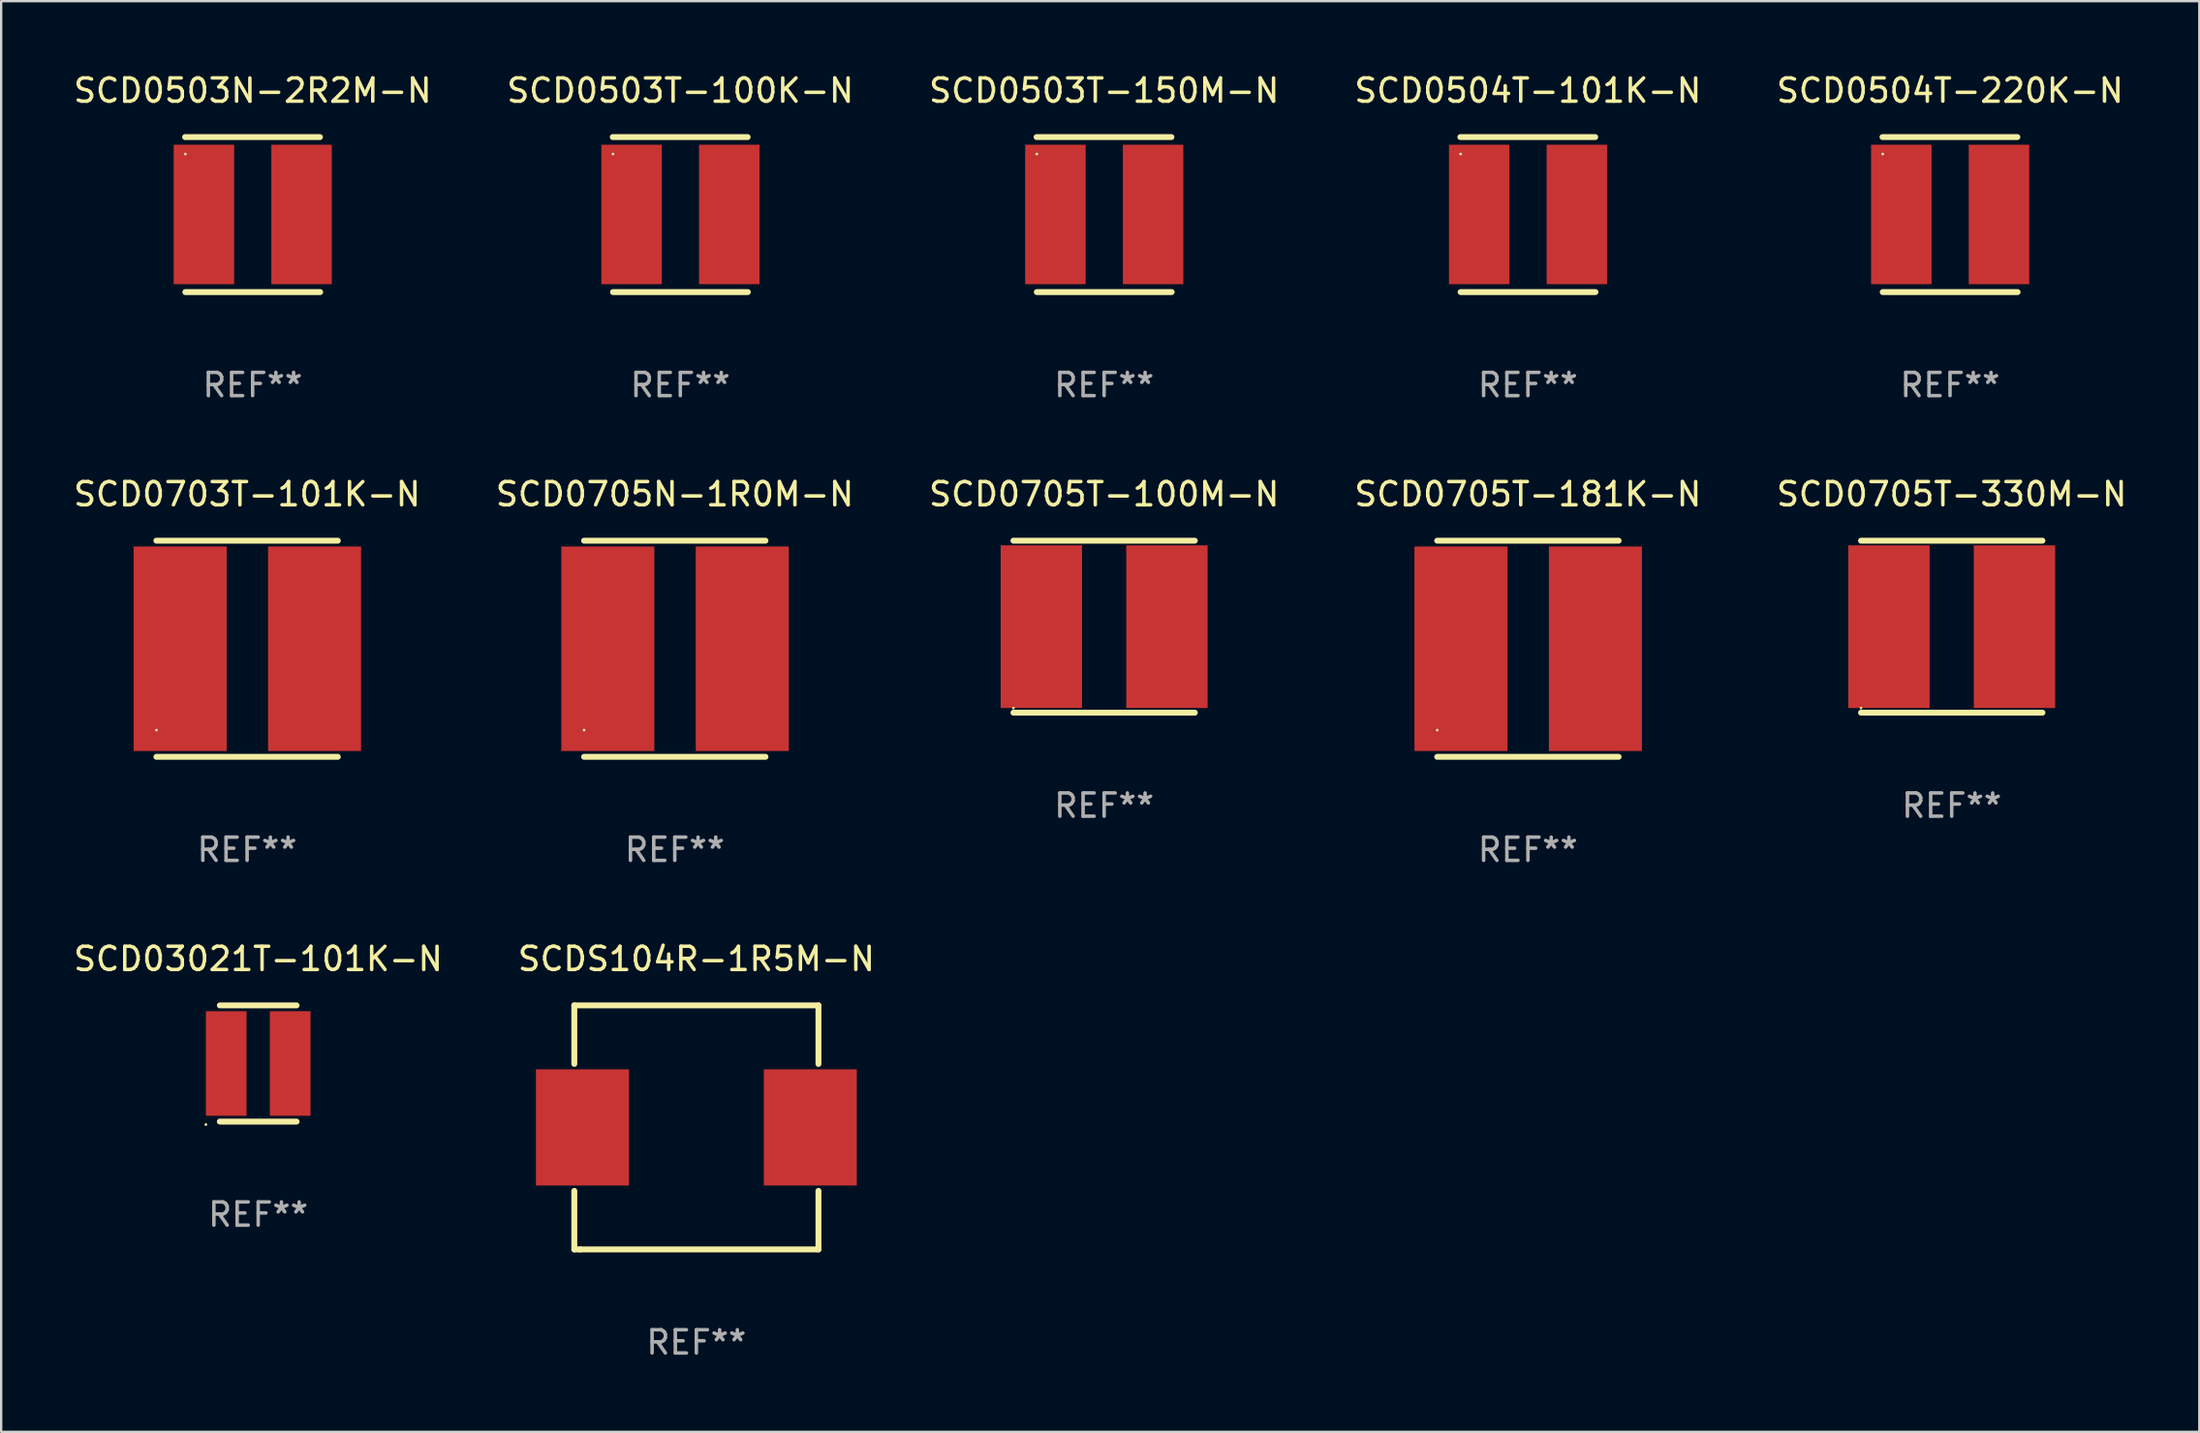
<source format=kicad_pcb>
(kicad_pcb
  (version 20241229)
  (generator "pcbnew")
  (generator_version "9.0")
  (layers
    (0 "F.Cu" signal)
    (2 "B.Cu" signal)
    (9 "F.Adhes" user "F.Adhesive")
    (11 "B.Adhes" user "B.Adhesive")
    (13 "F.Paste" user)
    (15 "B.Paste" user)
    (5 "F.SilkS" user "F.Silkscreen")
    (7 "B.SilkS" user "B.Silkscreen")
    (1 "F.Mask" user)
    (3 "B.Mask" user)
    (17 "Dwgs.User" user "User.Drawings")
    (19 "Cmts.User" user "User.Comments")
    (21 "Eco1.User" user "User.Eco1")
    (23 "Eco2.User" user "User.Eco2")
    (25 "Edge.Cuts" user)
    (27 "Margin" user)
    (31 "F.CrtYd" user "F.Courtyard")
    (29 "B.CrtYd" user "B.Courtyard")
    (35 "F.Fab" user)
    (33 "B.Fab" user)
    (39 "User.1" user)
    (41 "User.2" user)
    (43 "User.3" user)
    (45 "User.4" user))
  (footprint "SCD0705T-181K-N"
    (layer "F.Cu")
    (at 62.661 24.865)
    (property "Reference" "SCD0705T-181K-N" (at 0 -6.65 0) (layer "F.SilkS") (effects (font (size 1 1) (thickness 0.15))))
    (attr through_hole)
    (fp_line (start -3.9 -4.65) (end 3.9 -4.65) (stroke (width 0.254) (type solid)) (layer "F.SilkS"))
    (fp_line (start -3.9 4.65) (end 3.9 4.65) (stroke (width 0.254) (type solid)) (layer "F.SilkS"))
    (fp_circle (center -3.9 3.5) (end -3.87 3.5) (stroke (width 0.06) (type solid)) (fill no) (layer "F.SilkS"))
    (fp_text user "REF**" (at 0 8.65 0) (layer "F.Fab") (effects (font (size 1 1) (thickness 0.15))))
    (pad "1" smd rect (at -2.879 0) (size 4 8.8) (layers "F.Cu" "F.Mask" "F.Paste"))
    (pad "2" smd rect (at 2.902 0) (size 4 8.8) (layers "F.Cu" "F.Mask" "F.Paste")))
  (footprint "SCD0503T-100K-N"
    (layer "F.Cu")
    (at 26.208 6.183)
    (property "Reference" "SCD0503T-100K-N" (at 0 -5.335 0) (layer "F.SilkS") (effects (font (size 1 1) (thickness 0.15))))
    (attr through_hole)
    (fp_line (start -2.905 -3.335) (end 2.895 -3.335) (stroke (width 0.254) (type solid)) (layer "F.SilkS"))
    (fp_line (start 2.905 3.335) (end -2.895 3.335) (stroke (width 0.254) (type solid)) (layer "F.SilkS"))
    (fp_circle (center -2.895 -2.605) (end -2.865 -2.605) (stroke (width 0.06) (type solid)) (fill no) (layer "F.SilkS"))
    (fp_text user "REF**" (at 0 7.335 0) (layer "F.Fab") (effects (font (size 1 1) (thickness 0.15))))
    (pad "1" smd rect (at -2.095 -0.005 90) (size 6 2.6) (layers "F.Cu" "F.Mask" "F.Paste"))
    (pad "2" smd rect (at 2.105 -0.005 90) (size 6 2.6) (layers "F.Cu" "F.Mask" "F.Paste")))
  (footprint "SCD0504T-220K-N"
    (layer "F.Cu")
    (at 80.815 6.183)
    (property "Reference" "SCD0504T-220K-N" (at 0 -5.335 0) (layer "F.SilkS") (effects (font (size 1 1) (thickness 0.15))))
    (attr through_hole)
    (fp_line (start -2.905 -3.335) (end 2.895 -3.335) (stroke (width 0.254) (type solid)) (layer "F.SilkS"))
    (fp_line (start 2.905 3.335) (end -2.895 3.335) (stroke (width 0.254) (type solid)) (layer "F.SilkS"))
    (fp_circle (center -2.895 -2.605) (end -2.865 -2.605) (stroke (width 0.06) (type solid)) (fill no) (layer "F.SilkS"))
    (fp_text user "REF**" (at 0 7.335 0) (layer "F.Fab") (effects (font (size 1 1) (thickness 0.15))))
    (pad "1" smd rect (at -2.095 -0.005 90) (size 6 2.6) (layers "F.Cu" "F.Mask" "F.Paste"))
    (pad "2" smd rect (at 2.105 -0.005 90) (size 6 2.6) (layers "F.Cu" "F.Mask" "F.Paste")))
  (footprint "SCD0705N-1R0M-N"
    (layer "F.Cu")
    (at 25.97 24.865)
    (property "Reference" "SCD0705N-1R0M-N" (at 0 -6.65 0) (layer "F.SilkS") (effects (font (size 1 1) (thickness 0.15))))
    (attr through_hole)
    (fp_line (start -3.9 -4.65) (end 3.9 -4.65) (stroke (width 0.254) (type solid)) (layer "F.SilkS"))
    (fp_line (start -3.9 4.65) (end 3.9 4.65) (stroke (width 0.254) (type solid)) (layer "F.SilkS"))
    (fp_circle (center -3.9 3.5) (end -3.87 3.5) (stroke (width 0.06) (type solid)) (fill no) (layer "F.SilkS"))
    (fp_text user "REF**" (at 0 8.65 0) (layer "F.Fab") (effects (font (size 1 1) (thickness 0.15))))
    (pad "1" smd rect (at -2.879 0) (size 4 8.8) (layers "F.Cu" "F.Mask" "F.Paste"))
    (pad "2" smd rect (at 2.902 0) (size 4 8.8) (layers "F.Cu" "F.Mask" "F.Paste")))
  (footprint "SCD0503T-150M-N"
    (layer "F.Cu")
    (at 44.435 6.183)
    (property "Reference" "SCD0503T-150M-N" (at 0 -5.335 0) (layer "F.SilkS") (effects (font (size 1 1) (thickness 0.15))))
    (attr through_hole)
    (fp_line (start -2.905 -3.335) (end 2.895 -3.335) (stroke (width 0.254) (type solid)) (layer "F.SilkS"))
    (fp_line (start 2.905 3.335) (end -2.895 3.335) (stroke (width 0.254) (type solid)) (layer "F.SilkS"))
    (fp_circle (center -2.895 -2.605) (end -2.865 -2.605) (stroke (width 0.06) (type solid)) (fill no) (layer "F.SilkS"))
    (fp_text user "REF**" (at 0 7.335 0) (layer "F.Fab") (effects (font (size 1 1) (thickness 0.15))))
    (pad "1" smd rect (at -2.095 -0.005 90) (size 6 2.6) (layers "F.Cu" "F.Mask" "F.Paste"))
    (pad "2" smd rect (at 2.105 -0.005 90) (size 6 2.6) (layers "F.Cu" "F.Mask" "F.Paste")))
  (footprint "SCD0504T-101K-N"
    (layer "F.Cu")
    (at 62.661 6.183)
    (property "Reference" "SCD0504T-101K-N" (at 0 -5.335 0) (layer "F.SilkS") (effects (font (size 1 1) (thickness 0.15))))
    (attr through_hole)
    (fp_line (start -2.905 -3.335) (end 2.895 -3.335) (stroke (width 0.254) (type solid)) (layer "F.SilkS"))
    (fp_line (start 2.905 3.335) (end -2.895 3.335) (stroke (width 0.254) (type solid)) (layer "F.SilkS"))
    (fp_circle (center -2.895 -2.605) (end -2.865 -2.605) (stroke (width 0.06) (type solid)) (fill no) (layer "F.SilkS"))
    (fp_text user "REF**" (at 0 7.335 0) (layer "F.Fab") (effects (font (size 1 1) (thickness 0.15))))
    (pad "1" smd rect (at -2.095 -0.005 90) (size 6 2.6) (layers "F.Cu" "F.Mask" "F.Paste"))
    (pad "2" smd rect (at 2.105 -0.005 90) (size 6 2.6) (layers "F.Cu" "F.Mask" "F.Paste")))
  (footprint "SCD0503N-2R2M-N"
    (layer "F.Cu")
    (at 7.815 6.183)
    (property "Reference" "SCD0503N-2R2M-N" (at 0 -5.335 0) (layer "F.SilkS") (effects (font (size 1 1) (thickness 0.15))))
    (attr through_hole)
    (fp_line (start -2.905 -3.335) (end 2.895 -3.335) (stroke (width 0.254) (type solid)) (layer "F.SilkS"))
    (fp_line (start 2.905 3.335) (end -2.895 3.335) (stroke (width 0.254) (type solid)) (layer "F.SilkS"))
    (fp_circle (center -2.895 -2.605) (end -2.865 -2.605) (stroke (width 0.06) (type solid)) (fill no) (layer "F.SilkS"))
    (fp_text user "REF**" (at 0 7.335 0) (layer "F.Fab") (effects (font (size 1 1) (thickness 0.15))))
    (pad "1" smd rect (at -2.095 -0.005 90) (size 6 2.6) (layers "F.Cu" "F.Mask" "F.Paste"))
    (pad "2" smd rect (at 2.105 -0.005 90) (size 6 2.6) (layers "F.Cu" "F.Mask" "F.Paste")))
  (footprint "SCD0703T-101K-N"
    (layer "F.Cu")
    (at 7.577 24.865)
    (property "Reference" "SCD0703T-101K-N" (at 0 -6.65 0) (layer "F.SilkS") (effects (font (size 1 1) (thickness 0.15))))
    (attr through_hole)
    (fp_line (start -3.9 -4.65) (end 3.9 -4.65) (stroke (width 0.254) (type solid)) (layer "F.SilkS"))
    (fp_line (start -3.9 4.65) (end 3.9 4.65) (stroke (width 0.254) (type solid)) (layer "F.SilkS"))
    (fp_circle (center -3.9 3.5) (end -3.87 3.5) (stroke (width 0.06) (type solid)) (fill no) (layer "F.SilkS"))
    (fp_text user "REF**" (at 0 8.65 0) (layer "F.Fab") (effects (font (size 1 1) (thickness 0.15))))
    (pad "1" smd rect (at -2.879 0) (size 4 8.8) (layers "F.Cu" "F.Mask" "F.Paste"))
    (pad "2" smd rect (at 2.902 0) (size 4 8.8) (layers "F.Cu" "F.Mask" "F.Paste")))
  (footprint "SCDS104R-1R5M-N"
    (layer "F.Cu")
    (at 26.899 45.461)
    (property "Reference" "SCDS104R-1R5M-N" (at 0 -7.25 0) (layer "F.SilkS") (effects (font (size 1 1) (thickness 0.15))))
    (attr through_hole)
    (fp_line (start -5.25 -5.25) (end -5.25 -2.731) (stroke (width 0.254) (type solid)) (layer "F.SilkS"))
    (fp_line (start -5.25 -5.25) (end 5.25 -5.25) (stroke (width 0.254) (type solid)) (layer "F.SilkS"))
    (fp_line (start -5.25 2.731) (end -5.25 5.25) (stroke (width 0.254) (type solid)) (layer "F.SilkS"))
    (fp_line (start -4.989 5.25) (end -5.25 5.25) (stroke (width 0.254) (type solid)) (layer "F.SilkS"))
    (fp_line (start 5.25 -5.25) (end 5.25 -2.731) (stroke (width 0.254) (type solid)) (layer "F.SilkS"))
    (fp_line (start 5.25 2.731) (end 5.25 5.25) (stroke (width 0.254) (type solid)) (layer "F.SilkS"))
    (fp_line (start 5.25 5.25) (end -4.989 5.25) (stroke (width 0.254) (type solid)) (layer "F.SilkS"))
    (fp_circle (center -5.25 5.25) (end -5.22 5.25) (stroke (width 0.06) (type solid)) (fill no) (layer "F.SilkS"))
    (fp_text user "REF**" (at 0 9.25 0) (layer "F.Fab") (effects (font (size 1 1) (thickness 0.15))))
    (pad "1" smd rect (at -4.9 -0.000013) (size 4 5) (layers "F.Cu" "F.Mask" "F.Paste"))
    (pad "2" smd rect (at 4.9 -0.000013) (size 4 5) (layers "F.Cu" "F.Mask" "F.Paste")))
  (footprint "SCD03021T-101K-N"
    (layer "F.Cu")
    (at 8.054 42.711)
    (property "Reference" "SCD03021T-101K-N" (at 0 -4.5 0) (layer "F.SilkS") (effects (font (size 1 1) (thickness 0.15))))
    (attr through_hole)
    (fp_line (start -1.65 -2.5) (end 1.65 -2.5) (stroke (width 0.254) (type solid)) (layer "F.SilkS"))
    (fp_line (start -1.65 2.5) (end 1.65 2.5) (stroke (width 0.254) (type solid)) (layer "F.SilkS"))
    (fp_circle (center -2.25 2.627) (end -2.22 2.627) (stroke (width 0.06) (type solid)) (fill no) (layer "F.SilkS"))
    (fp_text user "REF**" (at 0 6.5 0) (layer "F.Fab") (effects (font (size 1 1) (thickness 0.15))))
    (pad "1" smd rect (at -1.375 0 90) (size 4.5 1.75) (layers "F.Cu" "F.Mask" "F.Paste"))
    (pad "2" smd rect (at 1.375 0 90) (size 4.5 1.75) (layers "F.Cu" "F.Mask" "F.Paste")))
  (footprint "SCD0705T-330M-N"
    (layer "F.Cu")
    (at 80.887 23.915)
    (property "Reference" "SCD0705T-330M-N" (at 0 -5.7 0) (layer "F.SilkS") (effects (font (size 1 1) (thickness 0.15))))
    (attr through_hole)
    (fp_line (start -3.9 -3.7) (end 3.9 -3.7) (stroke (width 0.254) (type solid)) (layer "F.SilkS"))
    (fp_line (start -3.9 3.7) (end 3.9 3.7) (stroke (width 0.254) (type solid)) (layer "F.SilkS"))
    (fp_circle (center -3.9 3.5) (end -3.87 3.5) (stroke (width 0.06) (type solid)) (fill no) (layer "F.SilkS"))
    (fp_text user "REF**" (at 0 7.7 0) (layer "F.Fab") (effects (font (size 1 1) (thickness 0.15))))
    (pad "1" smd rect (at -2.7 0) (size 3.5 7) (layers "F.Cu" "F.Mask" "F.Paste"))
    (pad "2" smd rect (at 2.7 0) (size 3.5 7) (layers "F.Cu" "F.Mask" "F.Paste")))
  (footprint "SCD0705T-100M-N"
    (layer "F.Cu")
    (at 44.435 23.915)
    (property "Reference" "SCD0705T-100M-N" (at 0 -5.7 0) (layer "F.SilkS") (effects (font (size 1 1) (thickness 0.15))))
    (attr through_hole)
    (fp_line (start -3.9 -3.7) (end 3.9 -3.7) (stroke (width 0.254) (type solid)) (layer "F.SilkS"))
    (fp_line (start -3.9 3.7) (end 3.9 3.7) (stroke (width 0.254) (type solid)) (layer "F.SilkS"))
    (fp_circle (center -3.9 3.5) (end -3.87 3.5) (stroke (width 0.06) (type solid)) (fill no) (layer "F.SilkS"))
    (fp_text user "REF**" (at 0 7.7 0) (layer "F.Fab") (effects (font (size 1 1) (thickness 0.15))))
    (pad "1" smd rect (at -2.7 0) (size 3.5 7) (layers "F.Cu" "F.Mask" "F.Paste"))
    (pad "2" smd rect (at 2.7 0) (size 3.5 7) (layers "F.Cu" "F.Mask" "F.Paste")))
  (gr_rect
    (start -3 -3)
    (end 91.536 58.56)
    (stroke (width 0.1) (type default))
    (fill no)
    (layer "Edge.Cuts")))
</source>
